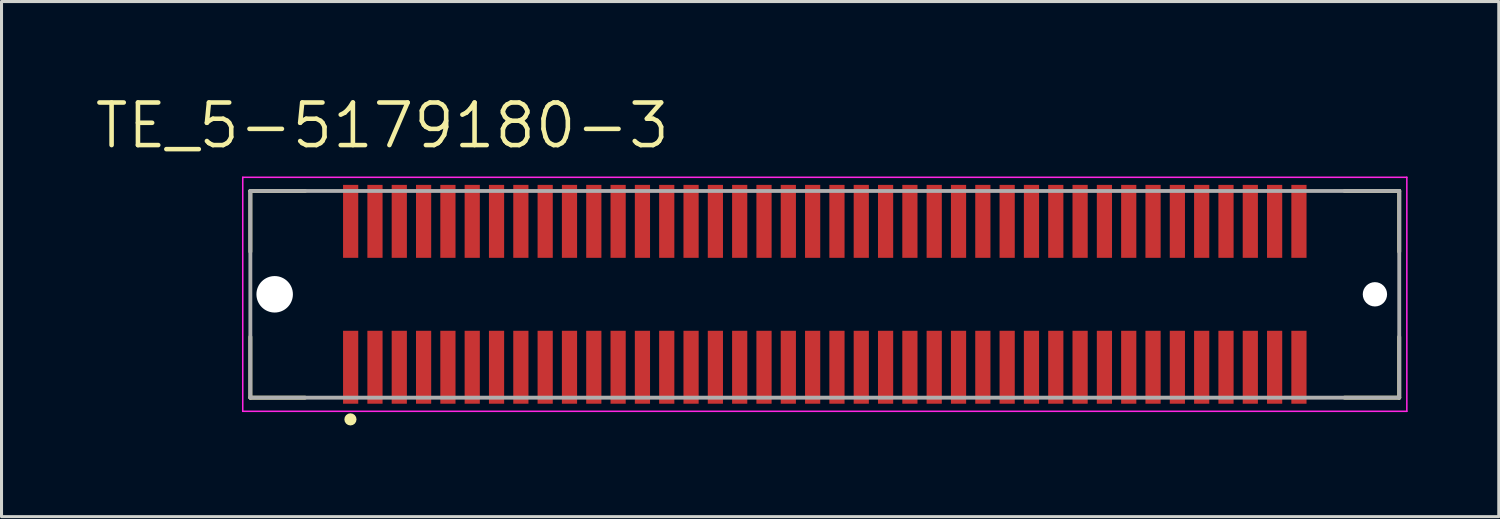
<source format=kicad_pcb>
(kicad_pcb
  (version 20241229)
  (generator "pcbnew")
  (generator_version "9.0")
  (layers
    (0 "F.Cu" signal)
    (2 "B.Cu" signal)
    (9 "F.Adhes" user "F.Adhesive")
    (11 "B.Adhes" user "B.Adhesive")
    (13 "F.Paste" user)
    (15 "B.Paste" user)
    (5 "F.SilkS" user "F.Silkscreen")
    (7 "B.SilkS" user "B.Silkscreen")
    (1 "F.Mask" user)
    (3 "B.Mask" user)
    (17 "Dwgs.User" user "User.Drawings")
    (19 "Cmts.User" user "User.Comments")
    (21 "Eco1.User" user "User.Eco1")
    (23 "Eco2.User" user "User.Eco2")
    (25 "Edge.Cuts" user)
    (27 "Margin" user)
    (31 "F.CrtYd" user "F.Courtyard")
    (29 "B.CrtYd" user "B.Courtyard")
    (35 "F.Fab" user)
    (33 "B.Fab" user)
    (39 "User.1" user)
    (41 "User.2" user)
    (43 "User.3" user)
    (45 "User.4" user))
  (footprint "TE_5-5179180-3"
    (layer "F.Cu")
    (at 24.087 6.633)
    (property "Reference" "TE_5-5179180-3" (at -14.559 -5.55 0) (layer "F.SilkS") (effects (font (size 1.401 1.401) (thickness 0.15))))
    (attr through_hole)
    (fp_line (start -18.9 -3.4) (end -17.1 -3.4) (stroke (width 0.127) (type solid)) (layer "F.SilkS"))
    (fp_line (start -18.9 -1.4) (end -18.9 -3.4) (stroke (width 0.127) (type solid)) (layer "F.SilkS"))
    (fp_line (start -18.9 3.4) (end -18.9 1.4) (stroke (width 0.127) (type solid)) (layer "F.SilkS"))
    (fp_line (start -18.9 3.4) (end -17.1 3.4) (stroke (width 0.127) (type solid)) (layer "F.SilkS"))
    (fp_line (start 18.9 -3.4) (end 17.1 -3.4) (stroke (width 0.127) (type solid)) (layer "F.SilkS"))
    (fp_line (start 18.9 -1.4) (end 18.9 -3.4) (stroke (width 0.127) (type solid)) (layer "F.SilkS"))
    (fp_line (start 18.9 3.4) (end 17.1 3.4) (stroke (width 0.127) (type solid)) (layer "F.SilkS"))
    (fp_line (start 18.9 3.4) (end 18.9 1.4) (stroke (width 0.127) (type solid)) (layer "F.SilkS"))
    (fp_circle (center -15.607 4.115) (end -15.507 4.115) (stroke (width 0.2) (type solid)) (fill no) (layer "F.SilkS"))
    (fp_line (start -19.15 -3.85) (end -19.15 3.85) (stroke (width 0.05) (type solid)) (layer "F.CrtYd"))
    (fp_line (start -19.15 3.85) (end 19.15 3.85) (stroke (width 0.05) (type solid)) (layer "F.CrtYd"))
    (fp_line (start 19.15 -3.85) (end -19.15 -3.85) (stroke (width 0.05) (type solid)) (layer "F.CrtYd"))
    (fp_line (start 19.15 3.85) (end 19.15 -3.85) (stroke (width 0.05) (type solid)) (layer "F.CrtYd"))
    (fp_line (start -18.9 -3.4) (end 18.9 -3.4) (stroke (width 0.127) (type solid)) (layer "F.Fab"))
    (fp_line (start -18.9 3.4) (end -18.9 -3.4) (stroke (width 0.127) (type solid)) (layer "F.Fab"))
    (fp_line (start 18.9 -3.4) (end 18.9 3.4) (stroke (width 0.127) (type solid)) (layer "F.Fab"))
    (fp_line (start 18.9 3.4) (end -18.9 3.4) (stroke (width 0.127) (type solid)) (layer "F.Fab"))
    (pad "" np_thru_hole circle (at -18.1 0) (size 1.2 1.2) (drill 1.2) (layers "*.Cu" "*.Mask"))
    (pad "" np_thru_hole circle (at 18.1 0) (size 0.8 0.8) (drill 0.8) (layers "*.Cu" "*.Mask"))
    (pad "1" smd rect (at -15.6 2.4 270) (size 2.4 0.5) (layers "F.Cu" "F.Mask" "F.Paste"))
    (pad "2" smd rect (at -15.6 -2.4 270) (size 2.4 0.5) (layers "F.Cu" "F.Mask" "F.Paste"))
    (pad "3" smd rect (at -14.8 2.4 270) (size 2.4 0.5) (layers "F.Cu" "F.Mask" "F.Paste"))
    (pad "4" smd rect (at -14.8 -2.4 270) (size 2.4 0.5) (layers "F.Cu" "F.Mask" "F.Paste"))
    (pad "5" smd rect (at -14 2.4 270) (size 2.4 0.5) (layers "F.Cu" "F.Mask" "F.Paste"))
    (pad "6" smd rect (at -14 -2.4 270) (size 2.4 0.5) (layers "F.Cu" "F.Mask" "F.Paste"))
    (pad "7" smd rect (at -13.2 2.4 270) (size 2.4 0.5) (layers "F.Cu" "F.Mask" "F.Paste"))
    (pad "8" smd rect (at -13.2 -2.4 270) (size 2.4 0.5) (layers "F.Cu" "F.Mask" "F.Paste"))
    (pad "9" smd rect (at -12.4 2.4 270) (size 2.4 0.5) (layers "F.Cu" "F.Mask" "F.Paste"))
    (pad "10" smd rect (at -12.4 -2.4 270) (size 2.4 0.5) (layers "F.Cu" "F.Mask" "F.Paste"))
    (pad "11" smd rect (at -11.6 2.4 270) (size 2.4 0.5) (layers "F.Cu" "F.Mask" "F.Paste"))
    (pad "12" smd rect (at -11.6 -2.4 270) (size 2.4 0.5) (layers "F.Cu" "F.Mask" "F.Paste"))
    (pad "13" smd rect (at -10.8 2.4 270) (size 2.4 0.5) (layers "F.Cu" "F.Mask" "F.Paste"))
    (pad "14" smd rect (at -10.8 -2.4 270) (size 2.4 0.5) (layers "F.Cu" "F.Mask" "F.Paste"))
    (pad "15" smd rect (at -10 2.4 270) (size 2.4 0.5) (layers "F.Cu" "F.Mask" "F.Paste"))
    (pad "16" smd rect (at -10 -2.4 270) (size 2.4 0.5) (layers "F.Cu" "F.Mask" "F.Paste"))
    (pad "17" smd rect (at -9.2 2.4 270) (size 2.4 0.5) (layers "F.Cu" "F.Mask" "F.Paste"))
    (pad "18" smd rect (at -9.2 -2.4 270) (size 2.4 0.5) (layers "F.Cu" "F.Mask" "F.Paste"))
    (pad "19" smd rect (at -8.4 2.4 270) (size 2.4 0.5) (layers "F.Cu" "F.Mask" "F.Paste"))
    (pad "20" smd rect (at -8.4 -2.4 270) (size 2.4 0.5) (layers "F.Cu" "F.Mask" "F.Paste"))
    (pad "21" smd rect (at -7.6 2.4 270) (size 2.4 0.5) (layers "F.Cu" "F.Mask" "F.Paste"))
    (pad "22" smd rect (at -7.6 -2.4 270) (size 2.4 0.5) (layers "F.Cu" "F.Mask" "F.Paste"))
    (pad "23" smd rect (at -6.8 2.4 270) (size 2.4 0.5) (layers "F.Cu" "F.Mask" "F.Paste"))
    (pad "24" smd rect (at -6.8 -2.4 270) (size 2.4 0.5) (layers "F.Cu" "F.Mask" "F.Paste"))
    (pad "25" smd rect (at -6 2.4 270) (size 2.4 0.5) (layers "F.Cu" "F.Mask" "F.Paste"))
    (pad "26" smd rect (at -6 -2.4 270) (size 2.4 0.5) (layers "F.Cu" "F.Mask" "F.Paste"))
    (pad "27" smd rect (at -5.2 2.4 270) (size 2.4 0.5) (layers "F.Cu" "F.Mask" "F.Paste"))
    (pad "28" smd rect (at -5.2 -2.4 270) (size 2.4 0.5) (layers "F.Cu" "F.Mask" "F.Paste"))
    (pad "29" smd rect (at -4.4 2.4 270) (size 2.4 0.5) (layers "F.Cu" "F.Mask" "F.Paste"))
    (pad "30" smd rect (at -4.4 -2.4 270) (size 2.4 0.5) (layers "F.Cu" "F.Mask" "F.Paste"))
    (pad "31" smd rect (at -3.6 2.4 270) (size 2.4 0.5) (layers "F.Cu" "F.Mask" "F.Paste"))
    (pad "32" smd rect (at -3.6 -2.4 270) (size 2.4 0.5) (layers "F.Cu" "F.Mask" "F.Paste"))
    (pad "33" smd rect (at -2.8 2.4 270) (size 2.4 0.5) (layers "F.Cu" "F.Mask" "F.Paste"))
    (pad "34" smd rect (at -2.8 -2.4 270) (size 2.4 0.5) (layers "F.Cu" "F.Mask" "F.Paste"))
    (pad "35" smd rect (at -2 2.4 270) (size 2.4 0.5) (layers "F.Cu" "F.Mask" "F.Paste"))
    (pad "36" smd rect (at -2 -2.4 270) (size 2.4 0.5) (layers "F.Cu" "F.Mask" "F.Paste"))
    (pad "37" smd rect (at -1.2 2.4 270) (size 2.4 0.5) (layers "F.Cu" "F.Mask" "F.Paste"))
    (pad "38" smd rect (at -1.2 -2.4 270) (size 2.4 0.5) (layers "F.Cu" "F.Mask" "F.Paste"))
    (pad "39" smd rect (at -0.4 2.4 270) (size 2.4 0.5) (layers "F.Cu" "F.Mask" "F.Paste"))
    (pad "40" smd rect (at -0.4 -2.4 270) (size 2.4 0.5) (layers "F.Cu" "F.Mask" "F.Paste"))
    (pad "41" smd rect (at 0.4 2.4 270) (size 2.4 0.5) (layers "F.Cu" "F.Mask" "F.Paste"))
    (pad "42" smd rect (at 0.4 -2.4 270) (size 2.4 0.5) (layers "F.Cu" "F.Mask" "F.Paste"))
    (pad "43" smd rect (at 1.2 2.4 270) (size 2.4 0.5) (layers "F.Cu" "F.Mask" "F.Paste"))
    (pad "44" smd rect (at 1.2 -2.4 270) (size 2.4 0.5) (layers "F.Cu" "F.Mask" "F.Paste"))
    (pad "45" smd rect (at 2 2.4 270) (size 2.4 0.5) (layers "F.Cu" "F.Mask" "F.Paste"))
    (pad "46" smd rect (at 2 -2.4 270) (size 2.4 0.5) (layers "F.Cu" "F.Mask" "F.Paste"))
    (pad "47" smd rect (at 2.8 2.4 270) (size 2.4 0.5) (layers "F.Cu" "F.Mask" "F.Paste"))
    (pad "48" smd rect (at 2.8 -2.4 270) (size 2.4 0.5) (layers "F.Cu" "F.Mask" "F.Paste"))
    (pad "49" smd rect (at 3.6 2.4 270) (size 2.4 0.5) (layers "F.Cu" "F.Mask" "F.Paste"))
    (pad "50" smd rect (at 3.6 -2.4 270) (size 2.4 0.5) (layers "F.Cu" "F.Mask" "F.Paste"))
    (pad "51" smd rect (at 4.4 2.4 270) (size 2.4 0.5) (layers "F.Cu" "F.Mask" "F.Paste"))
    (pad "52" smd rect (at 4.4 -2.4 270) (size 2.4 0.5) (layers "F.Cu" "F.Mask" "F.Paste"))
    (pad "53" smd rect (at 5.2 2.4 270) (size 2.4 0.5) (layers "F.Cu" "F.Mask" "F.Paste"))
    (pad "54" smd rect (at 5.2 -2.4 270) (size 2.4 0.5) (layers "F.Cu" "F.Mask" "F.Paste"))
    (pad "55" smd rect (at 6 2.4 270) (size 2.4 0.5) (layers "F.Cu" "F.Mask" "F.Paste"))
    (pad "56" smd rect (at 6 -2.4 270) (size 2.4 0.5) (layers "F.Cu" "F.Mask" "F.Paste"))
    (pad "57" smd rect (at 6.8 2.4 270) (size 2.4 0.5) (layers "F.Cu" "F.Mask" "F.Paste"))
    (pad "58" smd rect (at 6.8 -2.4 270) (size 2.4 0.5) (layers "F.Cu" "F.Mask" "F.Paste"))
    (pad "59" smd rect (at 7.6 2.4 270) (size 2.4 0.5) (layers "F.Cu" "F.Mask" "F.Paste"))
    (pad "60" smd rect (at 7.6 -2.4 270) (size 2.4 0.5) (layers "F.Cu" "F.Mask" "F.Paste"))
    (pad "61" smd rect (at 8.4 2.4 270) (size 2.4 0.5) (layers "F.Cu" "F.Mask" "F.Paste"))
    (pad "62" smd rect (at 8.4 -2.4 270) (size 2.4 0.5) (layers "F.Cu" "F.Mask" "F.Paste"))
    (pad "63" smd rect (at 9.2 2.4 270) (size 2.4 0.5) (layers "F.Cu" "F.Mask" "F.Paste"))
    (pad "64" smd rect (at 9.2 -2.4 270) (size 2.4 0.5) (layers "F.Cu" "F.Mask" "F.Paste"))
    (pad "65" smd rect (at 10 2.4 270) (size 2.4 0.5) (layers "F.Cu" "F.Mask" "F.Paste"))
    (pad "66" smd rect (at 10 -2.4 270) (size 2.4 0.5) (layers "F.Cu" "F.Mask" "F.Paste"))
    (pad "67" smd rect (at 10.8 2.4 270) (size 2.4 0.5) (layers "F.Cu" "F.Mask" "F.Paste"))
    (pad "68" smd rect (at 10.8 -2.4 270) (size 2.4 0.5) (layers "F.Cu" "F.Mask" "F.Paste"))
    (pad "69" smd rect (at 11.6 2.4 270) (size 2.4 0.5) (layers "F.Cu" "F.Mask" "F.Paste"))
    (pad "70" smd rect (at 11.6 -2.4 270) (size 2.4 0.5) (layers "F.Cu" "F.Mask" "F.Paste"))
    (pad "71" smd rect (at 12.4 2.4 270) (size 2.4 0.5) (layers "F.Cu" "F.Mask" "F.Paste"))
    (pad "72" smd rect (at 12.4 -2.4 270) (size 2.4 0.5) (layers "F.Cu" "F.Mask" "F.Paste"))
    (pad "73" smd rect (at 13.2 2.4 270) (size 2.4 0.5) (layers "F.Cu" "F.Mask" "F.Paste"))
    (pad "74" smd rect (at 13.2 -2.4 270) (size 2.4 0.5) (layers "F.Cu" "F.Mask" "F.Paste"))
    (pad "75" smd rect (at 14 2.4 270) (size 2.4 0.5) (layers "F.Cu" "F.Mask" "F.Paste"))
    (pad "76" smd rect (at 14 -2.4 270) (size 2.4 0.5) (layers "F.Cu" "F.Mask" "F.Paste"))
    (pad "77" smd rect (at 14.8 2.4 270) (size 2.4 0.5) (layers "F.Cu" "F.Mask" "F.Paste"))
    (pad "78" smd rect (at 14.8 -2.4 270) (size 2.4 0.5) (layers "F.Cu" "F.Mask" "F.Paste"))
    (pad "79" smd rect (at 15.6 2.4 270) (size 2.4 0.5) (layers "F.Cu" "F.Mask" "F.Paste"))
    (pad "80" smd rect (at 15.6 -2.4 270) (size 2.4 0.5) (layers "F.Cu" "F.Mask" "F.Paste")))
  (gr_rect
    (start -3 -3)
    (end 46.262 13.948)
    (stroke (width 0.1) (type default))
    (fill no)
    (layer "Edge.Cuts")))
</source>
